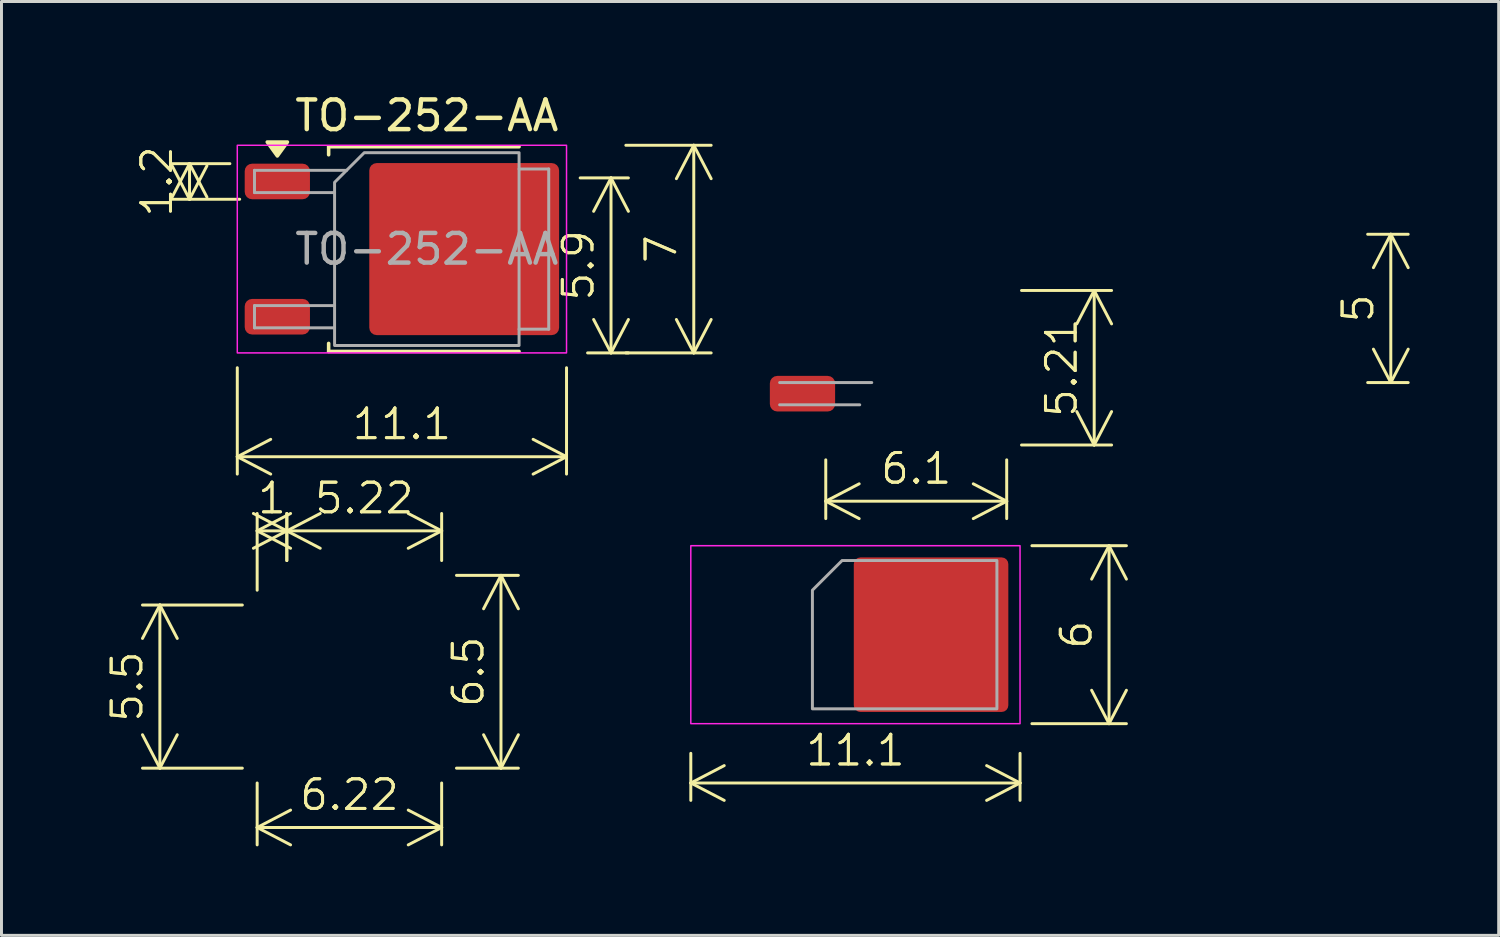
<source format=kicad_pcb>
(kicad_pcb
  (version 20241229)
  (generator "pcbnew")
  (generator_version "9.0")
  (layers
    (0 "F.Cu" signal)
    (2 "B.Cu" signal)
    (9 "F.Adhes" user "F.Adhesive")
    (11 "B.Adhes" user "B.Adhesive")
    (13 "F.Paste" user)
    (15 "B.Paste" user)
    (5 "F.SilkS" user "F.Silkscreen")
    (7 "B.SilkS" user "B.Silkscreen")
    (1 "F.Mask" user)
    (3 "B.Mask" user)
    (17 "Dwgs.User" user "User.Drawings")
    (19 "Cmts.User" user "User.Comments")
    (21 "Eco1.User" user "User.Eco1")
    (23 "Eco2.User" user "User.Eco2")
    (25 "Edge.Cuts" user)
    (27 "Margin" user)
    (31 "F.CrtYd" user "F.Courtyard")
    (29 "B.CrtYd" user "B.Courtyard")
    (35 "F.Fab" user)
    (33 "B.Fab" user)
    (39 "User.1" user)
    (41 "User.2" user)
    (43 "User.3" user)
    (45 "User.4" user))
  (footprint "TO-252-AA"
    (layer "F.Cu")
    (at 11.34 5.348)
    (property "Reference" "TO-252-AA" (at 0 -4.5 0) (layer "F.SilkS") (effects (font (size 1 1) (thickness 0.15))))
    (attr smd)
    (fp_line (start -3.31 -3.45) (end -3.31 -3.18) (stroke (width 0.12) (type solid)) (layer "F.SilkS"))
    (fp_line (start -3.31 3.45) (end -3.31 3.18) (stroke (width 0.12) (type solid)) (layer "F.SilkS"))
    (fp_line (start 3.11 -3.45) (end -3.31 -3.45) (stroke (width 0.12) (type solid)) (layer "F.SilkS"))
    (fp_line (start 3.11 3.45) (end -3.31 3.45) (stroke (width 0.12) (type solid)) (layer "F.SilkS"))
    (fp_poly (pts (xy -5.04 -3.14) (xy -5.38 -3.61) (xy -4.7 -3.61)) (stroke (width 0.12) (type solid)) (fill yes) (layer "F.SilkS"))
    (fp_rect (start -6.39 -3.5) (end 4.71 3.5) (stroke (width 0.05) (type solid)) (fill no) (layer "F.CrtYd"))
    (fp_rect (start 8.9 10) (end 20 16) (stroke (width 0.05) (type solid)) (fill no) (layer "F.CrtYd"))
    (fp_line (start -5.81 -2.655) (end -5.81 -1.905) (stroke (width 0.1) (type solid)) (layer "F.Fab"))
    (fp_line (start -5.81 -1.905) (end -3.11 -1.905) (stroke (width 0.1) (type solid)) (layer "F.Fab"))
    (fp_line (start -5.81 1.905) (end -5.81 2.655) (stroke (width 0.1) (type solid)) (layer "F.Fab"))
    (fp_line (start -5.81 2.655) (end -3.11 2.655) (stroke (width 0.1) (type solid)) (layer "F.Fab"))
    (fp_line (start -3.11 1.905) (end -5.81 1.905) (stroke (width 0.1) (type solid)) (layer "F.Fab"))
    (fp_line (start -2.705 -2.655) (end -5.81 -2.655) (stroke (width 0.1) (type solid)) (layer "F.Fab"))
    (fp_line (start 3.11 -2.7) (end 4.11 -2.7) (stroke (width 0.1) (type solid)) (layer "F.Fab"))
    (fp_line (start 4.11 -2.7) (end 4.11 2.7) (stroke (width 0.1) (type solid)) (layer "F.Fab"))
    (fp_line (start 4.11 2.7) (end 3.11 2.7) (stroke (width 0.1) (type solid)) (layer "F.Fab"))
    (fp_line (start 11.895 5.25) (end 14.595 5.25) (stroke (width 0.1) (type solid)) (layer "F.Fab"))
    (fp_line (start 15 4.5) (end 11.895 4.5) (stroke (width 0.1) (type solid)) (layer "F.Fab"))
    (fp_poly (pts (xy 3.11 -3.25) (xy 3.11 3.25) (xy -3.11 3.25) (xy -3.11 -2.25) (xy -2.11 -3.25)) (stroke (width 0.1) (type solid)) (fill no) (layer "F.Fab"))
    (fp_poly (pts (xy 19.22 10.5) (xy 19.22 15.5) (xy 13 15.5) (xy 13 11.5) (xy 14 10.5)) (stroke (width 0.1) (type solid)) (fill no) (layer "F.Fab"))
    (fp_text user "${REFERENCE}" (at 0 0 0) (layer "F.Fab") (effects (font (size 1 1) (thickness 0.15))))
    (dimension (type orthogonal) (layer "F.SilkS") (pts (xy 5.62 17.348) (xy 5.62 22.848)) (height -3.28) (orientation 1) (format (prefix "") (suffix "") (units 3) (units_format 0) (precision 4) (suppress_zeroes yes)) (style (thickness 0.1) (arrow_length 1.27) (text_position_mode 0) (arrow_direction outward) (extension_height 0.586) (extension_offset 0.5) (keep_text_aligned yes)) (gr_text "5.5" (at 1.24 20.098 90) (layer "F.SilkS") (effects (font (size 1 1) (thickness 0.1)))))
    (dimension (type orthogonal) (layer "F.SilkS") (pts (xy 5.2 2.468) (xy 5.53 3.668)) (height -1.86) (orientation 1) (format (prefix "") (suffix "") (units 3) (units_format 0) (precision 4) (suppress_zeroes yes)) (style (thickness 0.1) (arrow_length 1.27) (text_position_mode 0) (arrow_direction outward) (extension_height 0.586) (extension_offset 0.5) (keep_text_aligned yes)) (gr_text "1.2" (at 2.24 3.068 90) (layer "F.SilkS") (effects (font (size 1 1) (thickness 0.1)))))
    (dimension (type orthogonal) (layer "F.SilkS") (pts (xy 4.95 8.848) (xy 16.05 8.848)) (height 3.5) (orientation 0) (format (prefix "") (suffix "") (units 3) (units_format 0) (precision 4) (suppress_zeroes yes)) (style (thickness 0.1) (arrow_length 1.27) (text_position_mode 0) (arrow_direction outward) (extension_height 0.586) (extension_offset 0.5) (keep_text_aligned yes)) (gr_text "11.1" (at 10.5 11.248 0) (layer "F.SilkS") (effects (font (size 1 1) (thickness 0.1)))))
    (dimension (type orthogonal) (layer "F.SilkS") (pts (xy 6.62 16.348) (xy 11.84 16.348)) (height -1.5) (orientation 0) (format (prefix "") (suffix "") (units 3) (units_format 0) (precision 4) (suppress_zeroes yes)) (style (thickness 0.1) (arrow_length 1.27) (text_position_mode 0) (arrow_direction outward) (extension_height 0.586) (extension_offset 0.5) (keep_text_aligned yes)) (gr_text "5.22" (at 9.23 13.748 0) (layer "F.SilkS") (effects (font (size 1 1) (thickness 0.1)))))
    (dimension (type orthogonal) (layer "F.SilkS") (pts (xy 5.62 17.348) (xy 6.62 16.348)) (height -2.5) (orientation 0) (format (prefix "") (suffix "") (units 3) (units_format 0) (precision 4) (suppress_zeroes yes)) (style (thickness 0.1) (arrow_length 1.27) (text_position_mode 0) (arrow_direction outward) (extension_height 0.586) (extension_offset 0.5) (keep_text_aligned yes)) (gr_text "1" (at 6.12 13.748 0) (layer "F.SilkS") (effects (font (size 1 1) (thickness 0.1)))))
    (dimension (type orthogonal) (layer "F.SilkS") (pts (xy 42.56 4.848) (xy 42.56 9.848)) (height 1.28) (orientation 1) (format (prefix "") (suffix "") (units 3) (units_format 0) (precision 4) (suppress_zeroes yes)) (style (thickness 0.1) (arrow_length 1.27) (text_position_mode 0) (arrow_direction outward) (extension_height 0.586) (extension_offset 0.5) (keep_text_aligned yes)) (gr_text "5" (at 42.74 7.348 90) (layer "F.SilkS") (effects (font (size 1 1) (thickness 0.1)))))
    (dimension (type orthogonal) (layer "F.SilkS") (pts (xy 30.89 6.743) (xy 30.89 11.953)) (height 2.95) (orientation 1) (format (prefix "") (suffix "") (units 3) (units_format 0) (precision 4) (suppress_zeroes yes)) (style (thickness 0.1) (arrow_length 1.27) (text_position_mode 0) (arrow_direction outward) (extension_height 0.586) (extension_offset 0.5) (keep_text_aligned yes)) (gr_text "5.21" (at 32.74 9.348 90) (layer "F.SilkS") (effects (font (size 1 1) (thickness 0.1)))))
    (dimension (type orthogonal) (layer "F.SilkS") (pts (xy 20.24 21.848) (xy 31.34 21.848)) (height 1.5) (orientation 0) (format (prefix "") (suffix "") (units 3) (units_format 0) (precision 4) (suppress_zeroes yes)) (style (thickness 0.1) (arrow_length 1.27) (text_position_mode 0) (arrow_direction outward) (extension_height 0.586) (extension_offset 0.5) (keep_text_aligned yes)) (gr_text "11.1" (at 25.79 22.248 0) (layer "F.SilkS") (effects (font (size 1 1) (thickness 0.1)))))
    (dimension (type orthogonal) (layer "F.SilkS") (pts (xy 17.55 1.848) (xy 17.55 8.848)) (height 2.79) (orientation 1) (format (prefix "") (suffix "") (units 3) (units_format 0) (precision 4) (suppress_zeroes yes)) (style (thickness 0.1) (arrow_length 1.27) (text_position_mode 0) (arrow_direction outward) (extension_height 0.586) (extension_offset 0.5) (keep_text_aligned yes)) (gr_text "7" (at 19.24 5.348 90) (layer "F.SilkS") (effects (font (size 1 1) (thickness 0.1)))))
    (dimension (type orthogonal) (layer "F.SilkS") (pts (xy 5.62 22.848) (xy 11.84 22.848)) (height 2) (orientation 0) (format (prefix "") (suffix "") (units 3) (units_format 0) (precision 4) (suppress_zeroes yes)) (style (thickness 0.1) (arrow_length 1.27) (text_position_mode 0) (arrow_direction outward) (extension_height 0.586) (extension_offset 0.5) (keep_text_aligned yes)) (gr_text "6.22" (at 8.73 23.748 0) (layer "F.SilkS") (effects (font (size 1 1) (thickness 0.1)))))
    (dimension (type orthogonal) (layer "F.SilkS") (pts (xy 31.24 15.348) (xy 31.24 21.348)) (height 3.1) (orientation 1) (format (prefix "") (suffix "") (units 3) (units_format 0) (precision 4) (suppress_zeroes yes)) (style (thickness 0.1) (arrow_length 1.27) (text_position_mode 0) (arrow_direction outward) (extension_height 0.586) (extension_offset 0.5) (keep_text_aligned yes)) (gr_text "6" (at 33.24 18.348 90) (layer "F.SilkS") (effects (font (size 1 1) (thickness 0.1)))))
    (dimension (type orthogonal) (layer "F.SilkS") (pts (xy 11.84 16.348) (xy 11.84 22.848)) (height 2) (orientation 1) (format (prefix "") (suffix "") (units 3) (units_format 0) (precision 4) (suppress_zeroes yes)) (style (thickness 0.1) (arrow_length 1.27) (text_position_mode 0) (arrow_direction outward) (extension_height 0.586) (extension_offset 0.5) (keep_text_aligned yes)) (gr_text "6.5" (at 12.74 19.598 90) (layer "F.SilkS") (effects (font (size 1 1) (thickness 0.1)))))
    (dimension (type orthogonal) (layer "F.SilkS") (pts (xy 24.79 11.953) (xy 30.89 11.953)) (height 1.895) (orientation 0) (format (prefix "") (suffix "") (units 3) (units_format 0) (precision 4) (suppress_zeroes yes)) (style (thickness 0.1) (arrow_length 1.27) (text_position_mode 0) (arrow_direction outward) (extension_height 0.586) (extension_offset 0.5) (keep_text_aligned yes)) (gr_text "6.1" (at 27.84 12.748 0) (layer "F.SilkS") (effects (font (size 1 1) (thickness 0.1)))))
    (dimension (type orthogonal) (layer "F.SilkS") (pts (xy 16.01 2.948) (xy 16.26 8.848)) (height 1.54) (orientation 1) (format (prefix "") (suffix "") (units 3) (units_format 0) (precision 4) (suppress_zeroes yes)) (style (thickness 0.1) (arrow_length 1.27) (text_position_mode 0) (arrow_direction outward) (extension_height 0.586) (extension_offset 0.5) (keep_text_aligned yes)) (gr_text "5.9" (at 16.45 5.898 90) (layer "F.SilkS") (effects (font (size 1 1) (thickness 0.1)))))
    (pad "" smd roundrect (at -0.415 -1.525) (size 3.05 2.75) (layers "F.Paste") (roundrect_rratio 0.091))
    (pad "" smd roundrect (at -0.415 1.525) (size 3.05 2.75) (layers "F.Paste") (roundrect_rratio 0.091))
    (pad "" smd roundrect (at 2.935 -1.525) (size 3.05 2.75) (layers "F.Paste") (roundrect_rratio 0.091))
    (pad "" smd roundrect (at 2.935 1.525) (size 3.05 2.75) (layers "F.Paste") (roundrect_rratio 0.091))
    (pad "1" smd roundrect (at -5.04 -2.28) (size 2.2 1.2) (layers "F.Cu" "F.Mask" "F.Paste") (roundrect_rratio 0.208))
    (pad "1" smd roundrect (at 12.665 4.875) (size 2.2 1.2) (layers "F.Cu" "F.Mask" "F.Paste") (roundrect_rratio 0.208))
    (pad "2" smd roundrect (at 1.26 0) (size 6.4 5.8) (layers "F.Cu" "F.Mask") (roundrect_rratio 0.043))
    (pad "2" smd roundrect (at 17 13) (size 5.21 5.21) (layers "F.Cu" "F.Mask") (roundrect_rratio 0.043))
    (pad "3" smd roundrect (at -5.04 2.28) (size 2.2 1.2) (layers "F.Cu" "F.Mask" "F.Paste") (roundrect_rratio 0.208)))
  (gr_rect
    (start -3 -3)
    (end 47.477 28.485)
    (stroke (width 0.1) (type default))
    (fill no)
    (layer "Edge.Cuts")))
</source>
